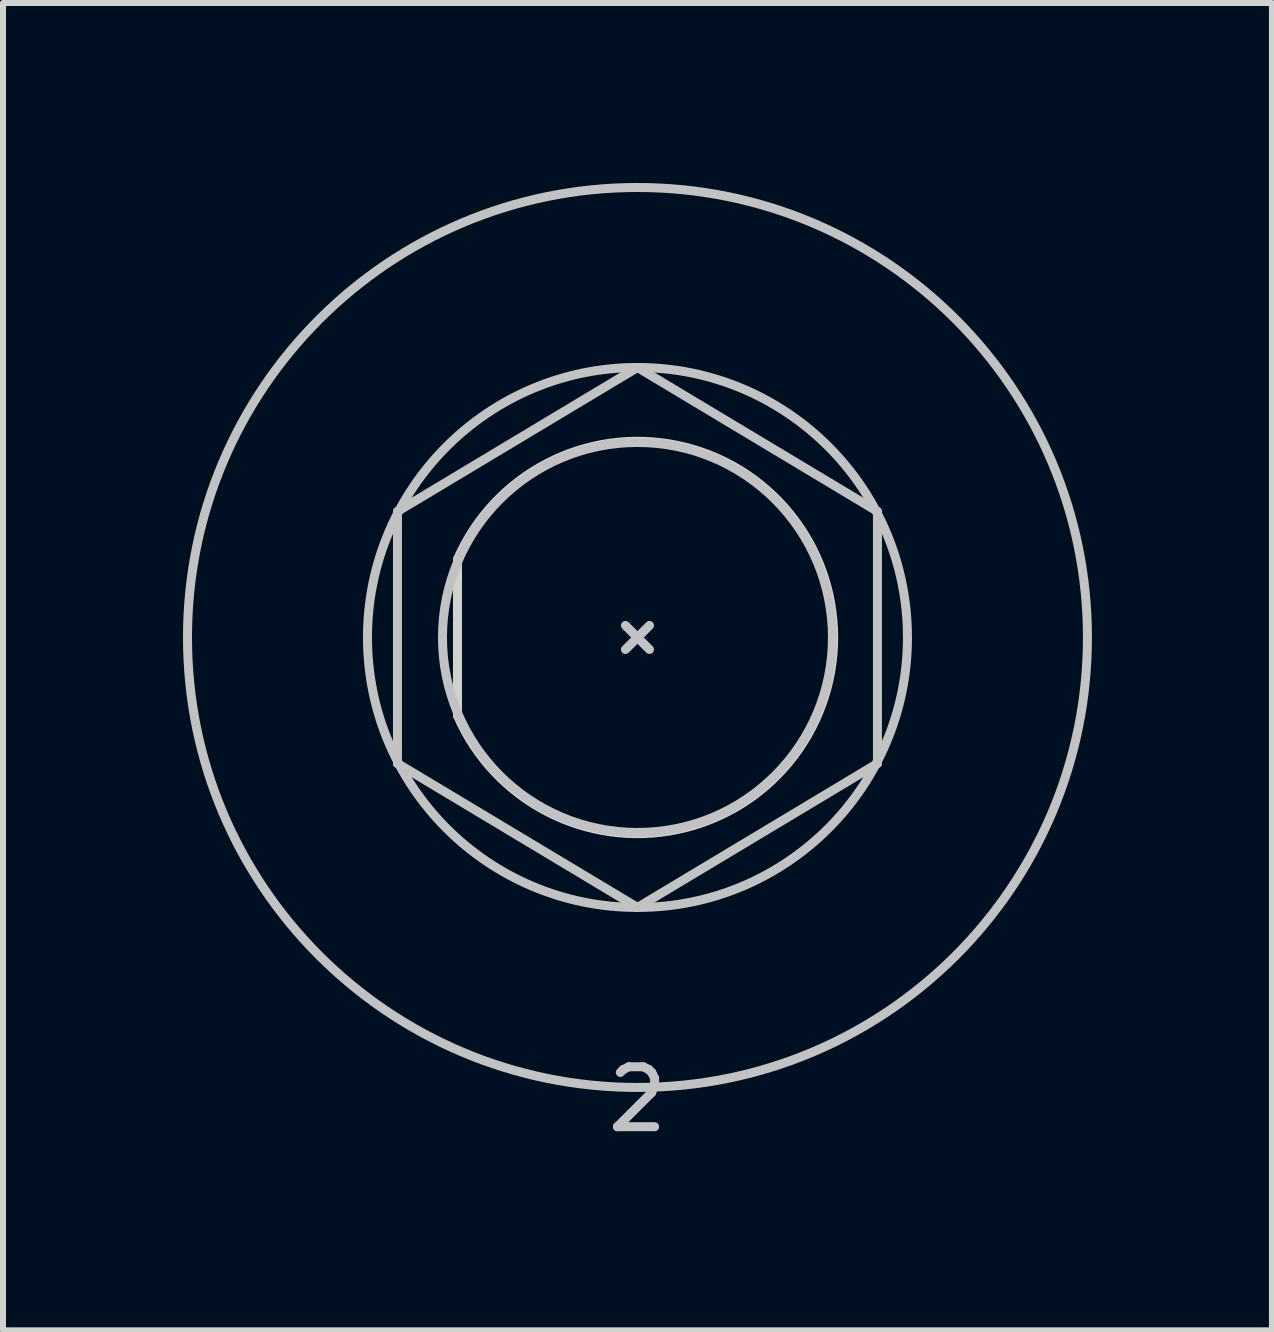
<source format=kicad_pcb>
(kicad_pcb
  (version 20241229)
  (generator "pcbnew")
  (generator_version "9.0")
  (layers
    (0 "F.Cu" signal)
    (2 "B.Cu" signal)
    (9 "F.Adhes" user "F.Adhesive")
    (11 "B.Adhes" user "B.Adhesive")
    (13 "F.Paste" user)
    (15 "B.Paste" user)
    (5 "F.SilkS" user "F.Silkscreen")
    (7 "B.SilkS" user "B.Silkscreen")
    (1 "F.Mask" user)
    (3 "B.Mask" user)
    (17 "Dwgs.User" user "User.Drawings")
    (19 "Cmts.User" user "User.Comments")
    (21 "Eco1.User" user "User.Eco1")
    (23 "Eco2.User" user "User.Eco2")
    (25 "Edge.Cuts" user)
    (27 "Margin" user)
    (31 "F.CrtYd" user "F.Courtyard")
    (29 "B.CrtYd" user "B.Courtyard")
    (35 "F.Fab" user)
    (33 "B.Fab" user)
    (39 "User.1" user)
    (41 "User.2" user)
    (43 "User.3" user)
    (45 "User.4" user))
  (footprint "2"
    (layer "F.Cu")
    (at 7.575 7.575)
    (property "Reference" "2" (at 0 7.7 0) (layer "Dwgs.User") (effects (font (size 1 1) (thickness 0.15))))
    (attr through_hole)
    (fp_line (start -4 -2.1) (end -4 2.1) (stroke (width 0.15) (type solid)) (layer "Dwgs.User"))
    (fp_line (start -4 2.1) (end 0 4.5) (stroke (width 0.15) (type solid)) (layer "Dwgs.User"))
    (fp_line (start -0.2 0.2) (end 0.2 -0.2) (stroke (width 0.15) (type solid)) (layer "Dwgs.User"))
    (fp_line (start 0 -4.5) (end -4 -2.1) (stroke (width 0.15) (type solid)) (layer "Dwgs.User"))
    (fp_line (start 0 4.5) (end 4 2.1) (stroke (width 0.15) (type solid)) (layer "Dwgs.User"))
    (fp_line (start 0.2 0.2) (end -0.2 -0.2) (stroke (width 0.15) (type solid)) (layer "Dwgs.User"))
    (fp_line (start 4 -2.1) (end 0 -4.5) (stroke (width 0.15) (type solid)) (layer "Dwgs.User"))
    (fp_line (start 4 2.1) (end 4 -2.1) (stroke (width 0.15) (type solid)) (layer "Dwgs.User"))
    (fp_circle (center 0 0) (end 3.25 0) (stroke (width 0.15) (type solid)) (fill no) (layer "Dwgs.User"))
    (fp_circle (center 0 0) (end 4.5 0) (stroke (width 0.15) (type solid)) (fill no) (layer "Dwgs.User"))
    (fp_circle (center 0 0) (end 7.5 0) (stroke (width 0.15) (type solid)) (fill no) (layer "Dwgs.User"))
    (fp_line (start -3 -1.3) (end -3 1.3) (stroke (width 0.15) (type solid)) (layer "Edge.Cuts"))
    (fp_arc (start -3 -1.3) (mid 3.269557 0) (end -3 1.3) (stroke (width 0.15) (type solid)) (layer "Edge.Cuts")))
  (gr_rect
    (start -3 -3)
    (end 18.15 19.123)
    (stroke (width 0.1) (type default))
    (fill no)
    (layer "Edge.Cuts")))
</source>
